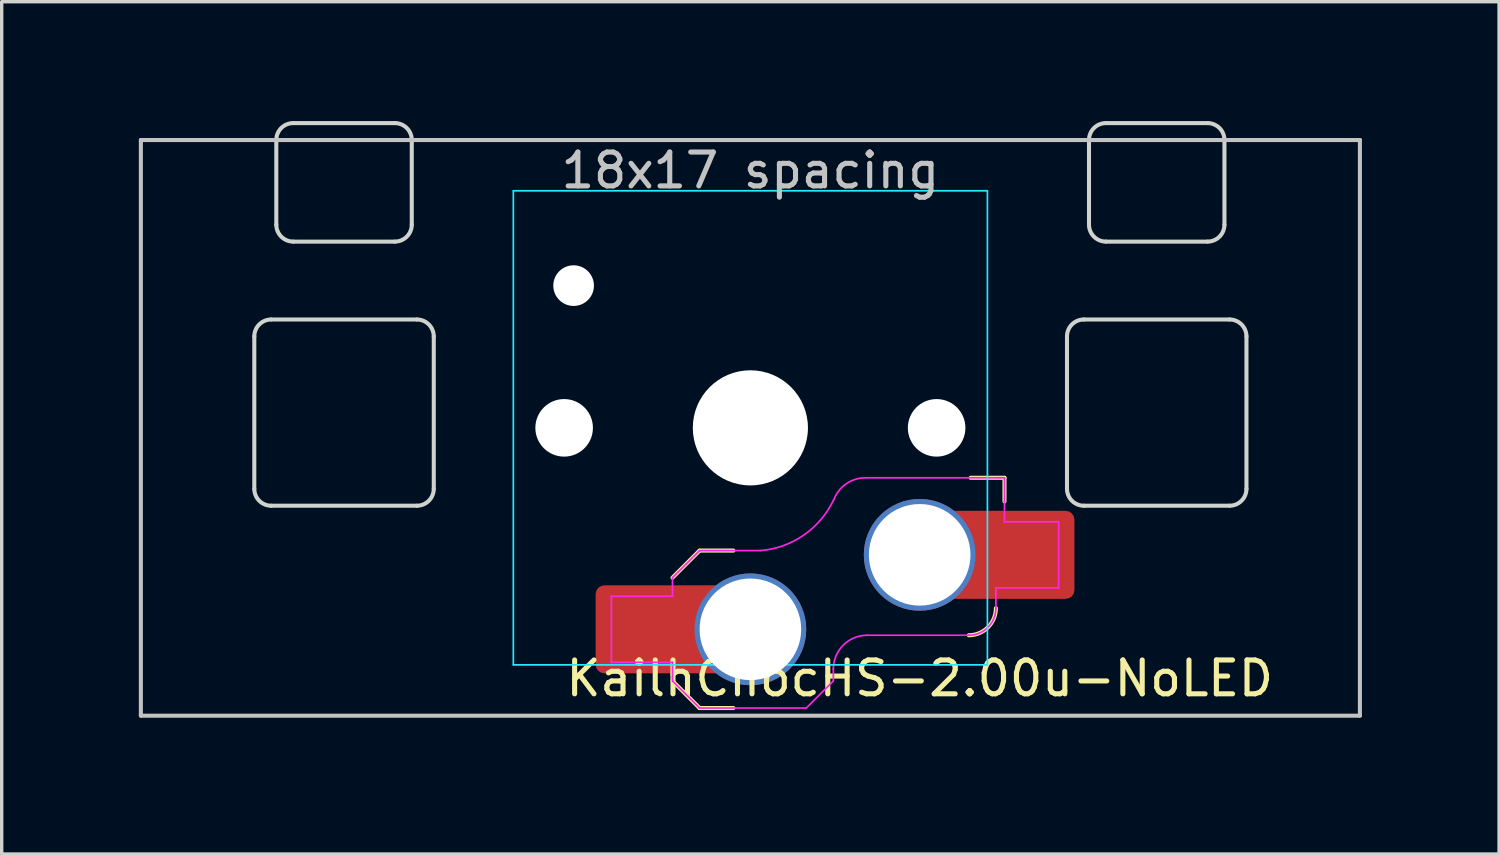
<source format=kicad_pcb>
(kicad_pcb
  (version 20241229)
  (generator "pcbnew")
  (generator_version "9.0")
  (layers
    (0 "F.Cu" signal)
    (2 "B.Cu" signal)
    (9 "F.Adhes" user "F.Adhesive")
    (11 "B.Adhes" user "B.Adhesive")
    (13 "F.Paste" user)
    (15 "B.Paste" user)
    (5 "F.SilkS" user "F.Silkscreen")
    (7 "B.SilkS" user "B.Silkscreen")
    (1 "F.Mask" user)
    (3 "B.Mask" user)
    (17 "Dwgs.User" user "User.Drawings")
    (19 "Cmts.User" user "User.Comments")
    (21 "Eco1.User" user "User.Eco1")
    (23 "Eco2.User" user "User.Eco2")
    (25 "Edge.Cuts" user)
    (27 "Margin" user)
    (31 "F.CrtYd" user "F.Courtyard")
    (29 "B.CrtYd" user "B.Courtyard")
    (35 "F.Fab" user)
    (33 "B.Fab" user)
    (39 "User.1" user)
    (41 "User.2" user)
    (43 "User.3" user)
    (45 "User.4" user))
  (footprint "KailhChocHS-2.00u-NoLED"
    (layer "F.Cu")
    (at 19.11 9.585)
    (property "Reference" "KailhChocHS-2.00u-NoLED" (at 5 7.4 180) (layer "F.SilkS") (effects (font (size 1 1) (thickness 0.15))))
    (attr smd)
    (fp_line (start -2.3 7.475) (end -1.5 8.275) (stroke (width 0.12) (type solid)) (layer "F.SilkS"))
    (fp_line (start -1.5 3.625) (end -2.3 4.425) (stroke (width 0.12) (type solid)) (layer "F.SilkS"))
    (fp_line (start -1.5 3.625) (end -0.5 3.625) (stroke (width 0.12) (type solid)) (layer "F.SilkS"))
    (fp_line (start -1.5 8.275) (end -0.5 8.275) (stroke (width 0.12) (type solid)) (layer "F.SilkS"))
    (fp_line (start 7.504 1.475) (end 6.504 1.475) (stroke (width 0.12) (type solid)) (layer "F.SilkS"))
    (fp_line (start 7.504 1.475) (end 7.504 2.175) (stroke (width 0.12) (type solid)) (layer "F.SilkS"))
    (fp_arc (start 7.25 5.325) (mid 7.015685 5.890685) (end 6.45 6.125) (stroke (width 0.12) (type solid)) (layer "F.SilkS"))
    (fp_line (start -18 -8.5) (end -18 8.5) (stroke (width 0.12) (type solid)) (layer "Dwgs.User"))
    (fp_line (start -18 8.5) (end 18 8.5) (stroke (width 0.12) (type solid)) (layer "Dwgs.User"))
    (fp_line (start 18 -8.5) (end -18 -8.5) (stroke (width 0.12) (type solid)) (layer "Dwgs.User"))
    (fp_line (start 18 8.5) (end 18 -8.5) (stroke (width 0.12) (type solid)) (layer "Dwgs.User"))
    (fp_line (start -19.05 -9.525) (end 19.05 -9.525) (stroke (width 0.12) (type solid)) (layer "Eco1.User"))
    (fp_line (start -19.05 9.525) (end -19.05 -9.525) (stroke (width 0.12) (type solid)) (layer "Eco1.User"))
    (fp_line (start 19.05 -9.525) (end 19.05 9.525) (stroke (width 0.12) (type solid)) (layer "Eco1.User"))
    (fp_line (start 19.05 9.525) (end -19.05 9.525) (stroke (width 0.12) (type solid)) (layer "Eco1.User"))
    (fp_line (start -15.15 2.55) (end -15.15 -3.3) (stroke (width 0.05) (type solid)) (layer "Eco2.User"))
    (fp_line (start -14.65 -3.8) (end -14.3 -3.8) (stroke (width 0.05) (type solid)) (layer "Eco2.User"))
    (fp_line (start -14.65 3.05) (end -9.35 3.05) (stroke (width 0.05) (type solid)) (layer "Eco2.User"))
    (fp_line (start -13.8 -4.3) (end -13.8 -7.95) (stroke (width 0.05) (type solid)) (layer "Eco2.User"))
    (fp_line (start -13.3 -8.45) (end -10.7 -8.45) (stroke (width 0.05) (type solid)) (layer "Eco2.User"))
    (fp_line (start -10.2 -4.3) (end -10.2 -7.95) (stroke (width 0.05) (type solid)) (layer "Eco2.User"))
    (fp_line (start -9.35 -3.8) (end -9.7 -3.8) (stroke (width 0.05) (type solid)) (layer "Eco2.User"))
    (fp_line (start -8.85 2.55) (end -8.85 -3.3) (stroke (width 0.05) (type solid)) (layer "Eco2.User"))
    (fp_line (start -6.95 -6.45) (end -6.95 6.45) (stroke (width 0.05) (type solid)) (layer "Eco2.User"))
    (fp_line (start -6.45 6.95) (end 6.45 6.95) (stroke (width 0.05) (type solid)) (layer "Eco2.User"))
    (fp_line (start 6.45 -6.95) (end -6.45 -6.95) (stroke (width 0.05) (type solid)) (layer "Eco2.User"))
    (fp_line (start 6.95 6.45) (end 6.95 -6.45) (stroke (width 0.05) (type solid)) (layer "Eco2.User"))
    (fp_line (start 8.85 2.55) (end 8.85 -3.3) (stroke (width 0.05) (type solid)) (layer "Eco2.User"))
    (fp_line (start 9.35 -3.8) (end 9.7 -3.8) (stroke (width 0.05) (type solid)) (layer "Eco2.User"))
    (fp_line (start 10.2 -4.3) (end 10.2 -7.95) (stroke (width 0.05) (type solid)) (layer "Eco2.User"))
    (fp_line (start 13.3 -8.45) (end 10.7 -8.45) (stroke (width 0.05) (type solid)) (layer "Eco2.User"))
    (fp_line (start 13.8 -4.3) (end 13.8 -7.95) (stroke (width 0.05) (type solid)) (layer "Eco2.User"))
    (fp_line (start 14.65 -3.8) (end 14.3 -3.8) (stroke (width 0.05) (type solid)) (layer "Eco2.User"))
    (fp_line (start 14.65 3.05) (end 9.35 3.05) (stroke (width 0.05) (type solid)) (layer "Eco2.User"))
    (fp_line (start 15.15 2.55) (end 15.15 -3.3) (stroke (width 0.05) (type solid)) (layer "Eco2.User"))
    (fp_arc (start -15.15 -3.3) (mid -15.003553 -3.653553) (end -14.65 -3.8) (stroke (width 0.05) (type solid)) (layer "Eco2.User"))
    (fp_arc (start -14.65 3.05) (mid -15.003553 2.903553) (end -15.15 2.55) (stroke (width 0.05) (type solid)) (layer "Eco2.User"))
    (fp_arc (start -13.8 -7.95) (mid -13.653553 -8.303553) (end -13.3 -8.45) (stroke (width 0.05) (type solid)) (layer "Eco2.User"))
    (fp_arc (start -13.8 -4.3) (mid -13.946447 -3.946447) (end -14.3 -3.8) (stroke (width 0.05) (type solid)) (layer "Eco2.User"))
    (fp_arc (start -10.7 -8.45) (mid -10.346447 -8.303553) (end -10.2 -7.95) (stroke (width 0.05) (type solid)) (layer "Eco2.User"))
    (fp_arc (start -9.7 -3.8) (mid -10.053553 -3.946447) (end -10.2 -4.3) (stroke (width 0.05) (type solid)) (layer "Eco2.User"))
    (fp_arc (start -9.35 -3.8) (mid -8.996447 -3.653553) (end -8.85 -3.3) (stroke (width 0.05) (type solid)) (layer "Eco2.User"))
    (fp_arc (start -8.85 2.55) (mid -8.996447 2.903553) (end -9.35 3.05) (stroke (width 0.05) (type solid)) (layer "Eco2.User"))
    (fp_arc (start -6.95 -6.45) (mid -6.803553 -6.803553) (end -6.45 -6.95) (stroke (width 0.05) (type solid)) (layer "Eco2.User"))
    (fp_arc (start -6.45 6.95) (mid -6.803553 6.803553) (end -6.95 6.45) (stroke (width 0.05) (type solid)) (layer "Eco2.User"))
    (fp_arc (start 6.45 -6.95) (mid 6.803553 -6.803553) (end 6.95 -6.45) (stroke (width 0.05) (type solid)) (layer "Eco2.User"))
    (fp_arc (start 6.95 6.45) (mid 6.803553 6.803553) (end 6.45 6.95) (stroke (width 0.05) (type solid)) (layer "Eco2.User"))
    (fp_arc (start 8.85 -3.3) (mid 8.996447 -3.653553) (end 9.35 -3.8) (stroke (width 0.05) (type solid)) (layer "Eco2.User"))
    (fp_arc (start 9.35 3.05) (mid 8.996447 2.903553) (end 8.85 2.55) (stroke (width 0.05) (type solid)) (layer "Eco2.User"))
    (fp_arc (start 10.2 -7.95) (mid 10.346447 -8.303553) (end 10.7 -8.45) (stroke (width 0.05) (type solid)) (layer "Eco2.User"))
    (fp_arc (start 10.2 -4.3) (mid 10.053553 -3.946447) (end 9.7 -3.8) (stroke (width 0.05) (type solid)) (layer "Eco2.User"))
    (fp_arc (start 13.3 -8.45) (mid 13.653553 -8.303553) (end 13.8 -7.95) (stroke (width 0.05) (type solid)) (layer "Eco2.User"))
    (fp_arc (start 14.3 -3.8) (mid 13.946447 -3.946447) (end 13.8 -4.3) (stroke (width 0.05) (type solid)) (layer "Eco2.User"))
    (fp_arc (start 14.65 -3.8) (mid 15.003553 -3.653553) (end 15.15 -3.3) (stroke (width 0.05) (type solid)) (layer "Eco2.User"))
    (fp_arc (start 15.15 2.55) (mid 15.003553 2.903553) (end 14.65 3.05) (stroke (width 0.05) (type solid)) (layer "Eco2.User"))
    (fp_line (start -14.65 1.8) (end -14.65 -2.7) (stroke (width 0.12) (type solid)) (layer "Edge.Cuts"))
    (fp_line (start -14.15 -3.2) (end -9.85 -3.2) (stroke (width 0.12) (type solid)) (layer "Edge.Cuts"))
    (fp_line (start -14.15 2.3) (end -9.85 2.3) (stroke (width 0.12) (type solid)) (layer "Edge.Cuts"))
    (fp_line (start -14 -6) (end -14 -8.5) (stroke (width 0.12) (type solid)) (layer "Edge.Cuts"))
    (fp_line (start -13.5 -9) (end -10.5 -9) (stroke (width 0.12) (type solid)) (layer "Edge.Cuts"))
    (fp_line (start -13.5 -5.5) (end -10.5 -5.5) (stroke (width 0.12) (type solid)) (layer "Edge.Cuts"))
    (fp_line (start -10 -6) (end -10 -8.5) (stroke (width 0.12) (type solid)) (layer "Edge.Cuts"))
    (fp_line (start -9.35 1.8) (end -9.35 -2.7) (stroke (width 0.12) (type solid)) (layer "Edge.Cuts"))
    (fp_line (start 9.35 1.8) (end 9.35 -2.7) (stroke (width 0.12) (type solid)) (layer "Edge.Cuts"))
    (fp_line (start 10 -6) (end 10 -8.5) (stroke (width 0.12) (type solid)) (layer "Edge.Cuts"))
    (fp_line (start 13.5 -9) (end 10.5 -9) (stroke (width 0.12) (type solid)) (layer "Edge.Cuts"))
    (fp_line (start 13.5 -5.5) (end 10.5 -5.5) (stroke (width 0.12) (type solid)) (layer "Edge.Cuts"))
    (fp_line (start 14 -6) (end 14 -8.5) (stroke (width 0.12) (type solid)) (layer "Edge.Cuts"))
    (fp_line (start 14.15 -3.2) (end 9.85 -3.2) (stroke (width 0.12) (type solid)) (layer "Edge.Cuts"))
    (fp_line (start 14.15 2.3) (end 9.85 2.3) (stroke (width 0.12) (type solid)) (layer "Edge.Cuts"))
    (fp_line (start 14.65 1.8) (end 14.65 -2.7) (stroke (width 0.12) (type solid)) (layer "Edge.Cuts"))
    (fp_arc (start -14.65 -2.7) (mid -14.503553 -3.053553) (end -14.15 -3.2) (stroke (width 0.12) (type solid)) (layer "Edge.Cuts"))
    (fp_arc (start -14.15 2.3) (mid -14.503553 2.153553) (end -14.65 1.8) (stroke (width 0.12) (type solid)) (layer "Edge.Cuts"))
    (fp_arc (start -14 -8.5) (mid -13.853553 -8.853553) (end -13.5 -9) (stroke (width 0.12) (type solid)) (layer "Edge.Cuts"))
    (fp_arc (start -13.5 -5.5) (mid -13.853553 -5.646447) (end -14 -6) (stroke (width 0.12) (type solid)) (layer "Edge.Cuts"))
    (fp_arc (start -10.5 -9) (mid -10.146447 -8.853553) (end -10 -8.5) (stroke (width 0.12) (type solid)) (layer "Edge.Cuts"))
    (fp_arc (start -10 -6) (mid -10.146447 -5.646447) (end -10.5 -5.5) (stroke (width 0.12) (type solid)) (layer "Edge.Cuts"))
    (fp_arc (start -9.85 -3.2) (mid -9.496447 -3.053553) (end -9.35 -2.7) (stroke (width 0.12) (type solid)) (layer "Edge.Cuts"))
    (fp_arc (start -9.35 1.8) (mid -9.496447 2.153553) (end -9.85 2.3) (stroke (width 0.12) (type solid)) (layer "Edge.Cuts"))
    (fp_arc (start 9.35 -2.7) (mid 9.496447 -3.053553) (end 9.85 -3.2) (stroke (width 0.12) (type solid)) (layer "Edge.Cuts"))
    (fp_arc (start 9.85 2.3) (mid 9.496447 2.153553) (end 9.35 1.8) (stroke (width 0.12) (type solid)) (layer "Edge.Cuts"))
    (fp_arc (start 10 -8.5) (mid 10.146447 -8.853553) (end 10.5 -9) (stroke (width 0.12) (type solid)) (layer "Edge.Cuts"))
    (fp_arc (start 10.5 -5.5) (mid 10.146447 -5.646447) (end 10 -6) (stroke (width 0.12) (type solid)) (layer "Edge.Cuts"))
    (fp_arc (start 13.5 -9) (mid 13.853553 -8.853553) (end 14 -8.5) (stroke (width 0.12) (type solid)) (layer "Edge.Cuts"))
    (fp_arc (start 14 -6) (mid 13.853553 -5.646447) (end 13.5 -5.5) (stroke (width 0.12) (type solid)) (layer "Edge.Cuts"))
    (fp_arc (start 14.15 -3.2) (mid 14.503553 -3.053553) (end 14.65 -2.7) (stroke (width 0.12) (type solid)) (layer "Edge.Cuts"))
    (fp_arc (start 14.65 1.8) (mid 14.503553 2.153553) (end 14.15 2.3) (stroke (width 0.12) (type solid)) (layer "Edge.Cuts"))
    (fp_line (start -7 -7) (end -7 7) (stroke (width 0.05) (type solid)) (layer "B.CrtYd"))
    (fp_line (start -7 7) (end 7 7) (stroke (width 0.05) (type solid)) (layer "B.CrtYd"))
    (fp_line (start 7 -7) (end -7 -7) (stroke (width 0.05) (type solid)) (layer "B.CrtYd"))
    (fp_line (start 7 7) (end 7 -7) (stroke (width 0.05) (type solid)) (layer "B.CrtYd"))
    (fp_line (start -4.104 4.975) (end -4.104 6.925) (stroke (width 0.05) (type solid)) (layer "F.CrtYd"))
    (fp_line (start -4.104 4.975) (end -2.3 4.975) (stroke (width 0.05) (type solid)) (layer "F.CrtYd"))
    (fp_line (start -4.104 6.925) (end -2.3 6.925) (stroke (width 0.05) (type solid)) (layer "F.CrtYd"))
    (fp_line (start -2.3 4.975) (end -2.3 4.425) (stroke (width 0.05) (type solid)) (layer "F.CrtYd"))
    (fp_line (start -2.3 7.475) (end -2.3 6.925) (stroke (width 0.05) (type solid)) (layer "F.CrtYd"))
    (fp_line (start -2.3 7.475) (end -1.5 8.275) (stroke (width 0.05) (type solid)) (layer "F.CrtYd"))
    (fp_line (start -1.5 3.625) (end -2.3 4.425) (stroke (width 0.05) (type solid)) (layer "F.CrtYd"))
    (fp_line (start -1.5 3.625) (end 0.3 3.625) (stroke (width 0.05) (type solid)) (layer "F.CrtYd"))
    (fp_line (start -1.5 8.275) (end 1.65 8.275) (stroke (width 0.05) (type solid)) (layer "F.CrtYd"))
    (fp_line (start 2.45 7.475) (end 1.65 8.275) (stroke (width 0.05) (type solid)) (layer "F.CrtYd"))
    (fp_line (start 2.45 7.475) (end 2.45 7.125) (stroke (width 0.05) (type solid)) (layer "F.CrtYd"))
    (fp_line (start 3.45 6.125) (end 6.45 6.125) (stroke (width 0.05) (type solid)) (layer "F.CrtYd"))
    (fp_line (start 7.25 4.725) (end 9.104 4.725) (stroke (width 0.05) (type solid)) (layer "F.CrtYd"))
    (fp_line (start 7.25 5.325) (end 7.25 4.725) (stroke (width 0.05) (type solid)) (layer "F.CrtYd"))
    (fp_line (start 7.504 1.475) (end 3.4 1.475) (stroke (width 0.05) (type solid)) (layer "F.CrtYd"))
    (fp_line (start 7.504 1.475) (end 7.504 2.175) (stroke (width 0.05) (type solid)) (layer "F.CrtYd"))
    (fp_line (start 7.504 2.175) (end 7.504 2.775) (stroke (width 0.05) (type solid)) (layer "F.CrtYd"))
    (fp_line (start 9.104 2.775) (end 7.504 2.775) (stroke (width 0.05) (type solid)) (layer "F.CrtYd"))
    (fp_line (start 9.104 4.725) (end 9.104 2.775) (stroke (width 0.05) (type solid)) (layer "F.CrtYd"))
    (fp_arc (start 2.45 7.125) (mid 2.742893 6.417893) (end 3.45 6.125) (stroke (width 0.05) (type solid)) (layer "F.CrtYd"))
    (fp_arc (start 2.455444 2.13293) (mid 1.577272 3.167235) (end 0.299999 3.624999) (stroke (width 0.05) (type solid)) (layer "F.CrtYd"))
    (fp_arc (start 2.460307 2.13298) (mid 2.826423 1.655848) (end 3.4 1.475) (stroke (width 0.05) (type solid)) (layer "F.CrtYd"))
    (fp_arc (start 7.25 5.325) (mid 7.015685 5.890685) (end 6.45 6.125) (stroke (width 0.05) (type solid)) (layer "F.CrtYd"))
    (fp_rect (start -17.5 -8.75) (end 17.5 8.75) (stroke (width 0.12) (type solid)) (fill no) (layer "User.8"))
    (fp_text user "18x17 spacing" (at 0 -7.6 180) (layer "Dwgs.User") (effects (font (size 1 1) (thickness 0.15))))
    (fp_text user "19.05 spacing" (at 0 -8.7 180) (layer "Eco1.User") (effects (font (size 1 1) (thickness 0.15))))
    (fp_text user "17.5x17.5 spacing" (at 0 -8 180) (layer "User.8") (effects (font (size 1 1) (thickness 0.15))))
    (pad "" np_thru_hole circle (at -5.5 0 180) (size 1.7 1.7) (drill 1.7) (layers "*.Cu" "*.Mask"))
    (pad "" np_thru_hole circle (at -5.22 -4.2 180) (size 1.2 1.2) (drill 1.2) (layers "*.Cu" "*.Mask"))
    (pad "" np_thru_hole circle (at 0 0 180) (size 3.4 3.4) (drill 3.4) (layers "*.Cu" "*.Mask"))
    (pad "" np_thru_hole circle (at 5.5 0 180) (size 1.7 1.7) (drill 1.7) (layers "*.Cu" "*.Mask"))
    (pad "1" thru_hole circle (at 5 3.75) (size 3.3 3.3) (drill 3) (layers "*.Cu" "F.Mask"))
    (pad "1" smd rect (at 6.55 3.75) (size 1.2 2.6) (layers "F.Cu"))
    (pad "1" smd roundrect (at 8.245 3.75) (size 2.65 2.6) (layers "F.Cu" "F.Mask" "F.Paste") (roundrect_rratio 0.1))
    (pad "2" smd roundrect (at -3.245 5.95) (size 2.65 2.6) (layers "F.Cu" "F.Mask" "F.Paste") (roundrect_rratio 0.1))
    (pad "2" smd rect (at -1.55 5.95 180) (size 1.2 2.6) (layers "F.Cu"))
    (pad "2" thru_hole circle (at 0 5.95) (size 3.3 3.3) (drill 3) (layers "*.Cu" "F.Mask")))
  (gr_rect
    (start -3 -3)
    (end 41.22 22.17)
    (stroke (width 0.1) (type default))
    (fill no)
    (layer "Edge.Cuts")))
</source>
